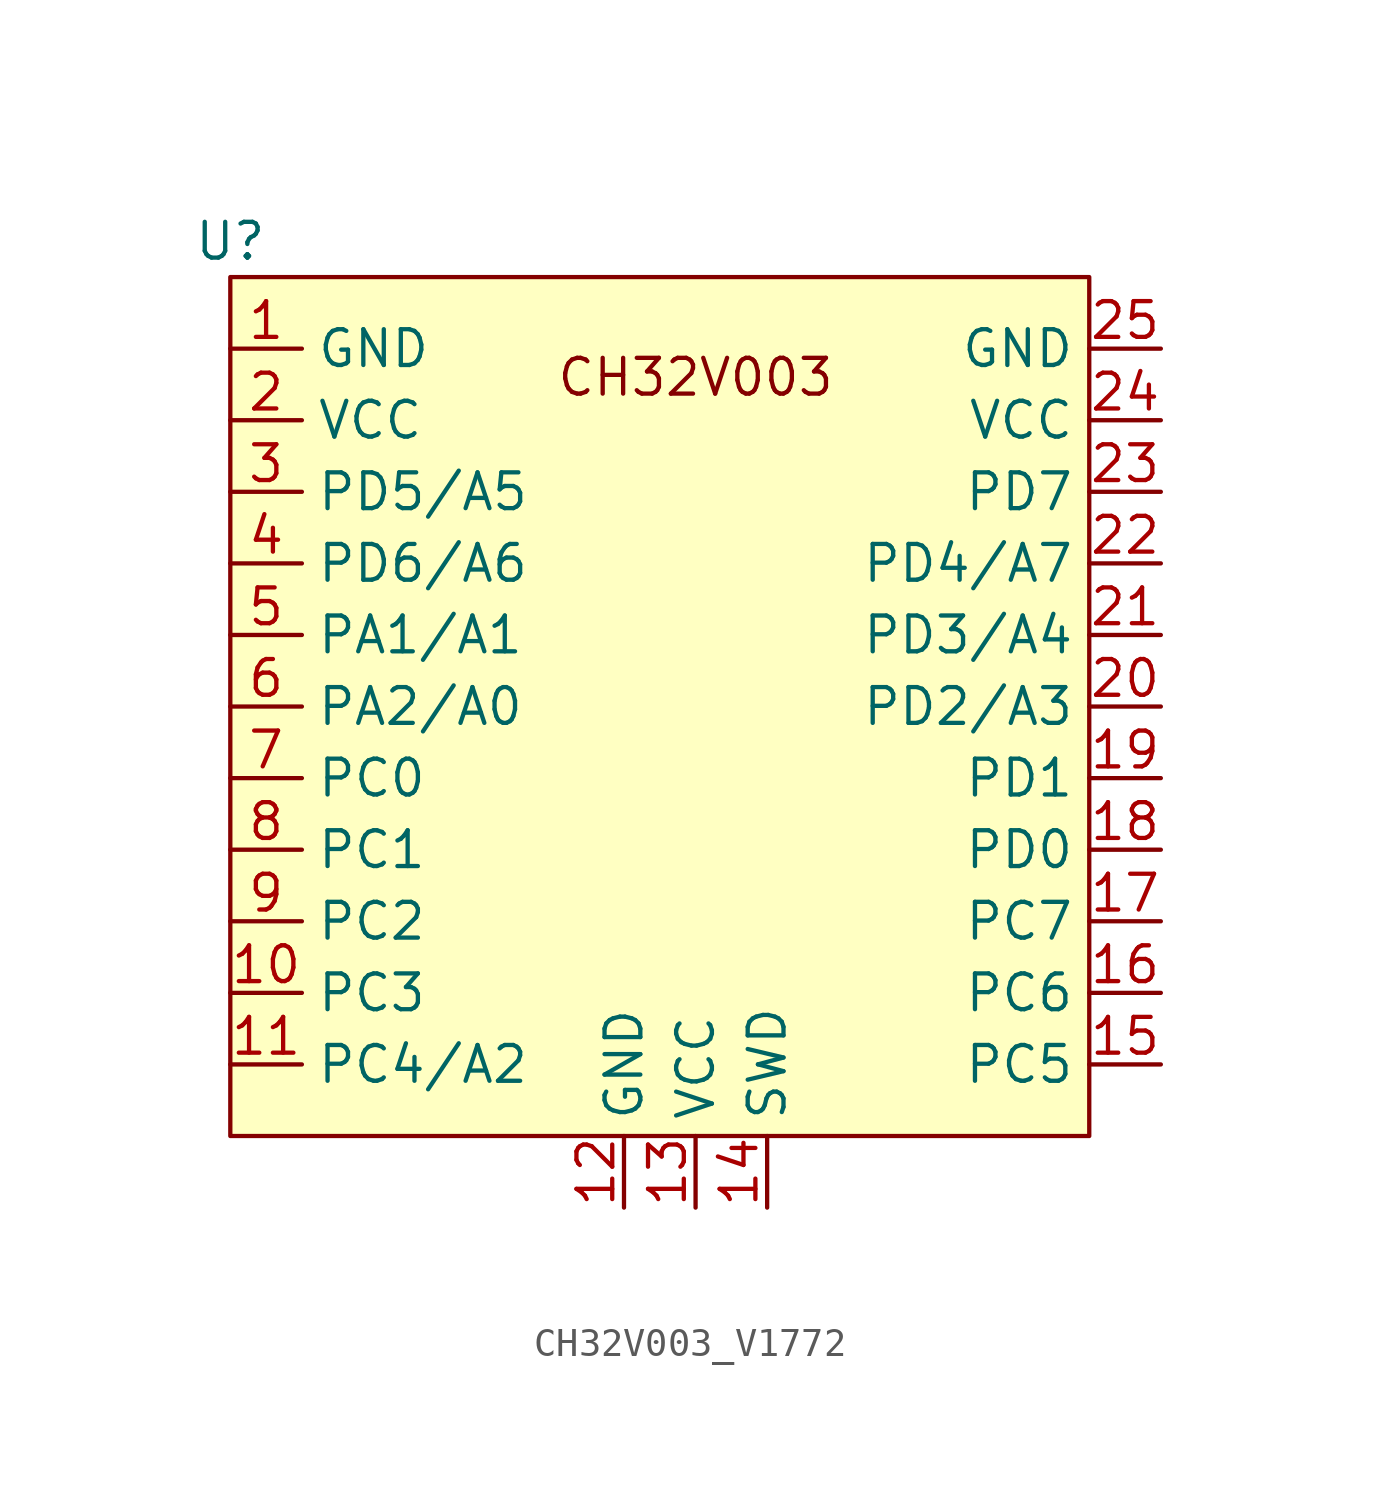
<source format=kicad_sym>
(kicad_symbol_lib
  (version 20241209)
  (generator "kicad_symbol_editor")
  (generator_version "9.0")
  (symbol "CH32V003_V1772"
    (property "Reference" "U"
      (at 0 0 0)
      (effects (font (size 1.27 1.27))))
    (property "Value" ""
      (at 0 0 0)
      (effects (font (size 1.27 1.27))))
    (symbol "CH32V003_V1772_1_1"
      (rectangle (start 0 -1.27) (end 30.48 -31.75) (stroke (width 0) (type solid)) (fill (type background)))
      (text "CH32V003" (at 16.51 -4.826 0) (effects (font (size 1.27 1.27))))
      (pin power_in line (at 0 -3.81 0) (length 2.54) (name "GND" (effects (font (size 1.27 1.27)))) (number "1" (effects (font (size 1.27 1.27)))))
      (pin power_in line (at 0 -6.35 0) (length 2.54) (name "VCC" (effects (font (size 1.27 1.27)))) (number "2" (effects (font (size 1.27 1.27)))))
      (pin bidirectional line (at 0 -8.89 0) (length 2.54) (name "PD5/A5" (effects (font (size 1.27 1.27)))) (number "3" (effects (font (size 1.27 1.27)))))
      (pin bidirectional line (at 0 -11.43 0) (length 2.54) (name "PD6/A6" (effects (font (size 1.27 1.27)))) (number "4" (effects (font (size 1.27 1.27)))))
      (pin bidirectional line (at 0 -13.97 0) (length 2.54) (name "PA1/A1" (effects (font (size 1.27 1.27)))) (number "5" (effects (font (size 1.27 1.27)))))
      (pin bidirectional line (at 0 -16.51 0) (length 2.54) (name "PA2/A0" (effects (font (size 1.27 1.27)))) (number "6" (effects (font (size 1.27 1.27)))))
      (pin bidirectional line (at 0 -19.05 0) (length 2.54) (name "PC0" (effects (font (size 1.27 1.27)))) (number "7" (effects (font (size 1.27 1.27)))))
      (pin bidirectional line (at 0 -21.59 0) (length 2.54) (name "PC1" (effects (font (size 1.27 1.27)))) (number "8" (effects (font (size 1.27 1.27)))))
      (pin bidirectional line (at 0 -24.13 0) (length 2.54) (name "PC2" (effects (font (size 1.27 1.27)))) (number "9" (effects (font (size 1.27 1.27)))))
      (pin bidirectional line (at 0 -26.67 0) (length 2.54) (name "PC3" (effects (font (size 1.27 1.27)))) (number "10" (effects (font (size 1.27 1.27)))))
      (pin bidirectional line (at 0 -29.21 0) (length 2.54) (name "PC4/A2" (effects (font (size 1.27 1.27)))) (number "11" (effects (font (size 1.27 1.27)))))
      (pin power_in line (at 13.97 -34.29 90) (length 2.54) (name "GND" (effects (font (size 1.27 1.27)))) (number "12" (effects (font (size 1.27 1.27)))))
      (pin power_in line (at 16.51 -34.29 90) (length 2.54) (name "VCC" (effects (font (size 1.27 1.27)))) (number "13" (effects (font (size 1.27 1.27)))))
      (pin bidirectional line (at 19.05 -34.29 90) (length 2.54) (name "SWD" (effects (font (size 1.27 1.27)))) (number "14" (effects (font (size 1.27 1.27)))))
      (pin power_in line (at 33.02 -3.81 180) (length 2.54) (name "GND" (effects (font (size 1.27 1.27)))) (number "25" (effects (font (size 1.27 1.27)))))
      (pin power_in line (at 33.02 -6.35 180) (length 2.54) (name "VCC" (effects (font (size 1.27 1.27)))) (number "24" (effects (font (size 1.27 1.27)))))
      (pin bidirectional line (at 33.02 -8.89 180) (length 2.54) (name "PD7" (effects (font (size 1.27 1.27)))) (number "23" (effects (font (size 1.27 1.27)))))
      (pin bidirectional line (at 33.02 -11.43 180) (length 2.54) (name "PD4/A7" (effects (font (size 1.27 1.27)))) (number "22" (effects (font (size 1.27 1.27)))))
      (pin bidirectional line (at 33.02 -13.97 180) (length 2.54) (name "PD3/A4" (effects (font (size 1.27 1.27)))) (number "21" (effects (font (size 1.27 1.27)))))
      (pin bidirectional line (at 33.02 -16.51 180) (length 2.54) (name "PD2/A3" (effects (font (size 1.27 1.27)))) (number "20" (effects (font (size 1.27 1.27)))))
      (pin bidirectional line (at 33.02 -19.05 180) (length 2.54) (name "PD1" (effects (font (size 1.27 1.27)))) (number "19" (effects (font (size 1.27 1.27)))))
      (pin bidirectional line (at 33.02 -21.59 180) (length 2.54) (name "PD0" (effects (font (size 1.27 1.27)))) (number "18" (effects (font (size 1.27 1.27)))))
      (pin bidirectional line (at 33.02 -24.13 180) (length 2.54) (name "PC7" (effects (font (size 1.27 1.27)))) (number "17" (effects (font (size 1.27 1.27)))))
      (pin bidirectional line (at 33.02 -26.67 180) (length 2.54) (name "PC6" (effects (font (size 1.27 1.27)))) (number "16" (effects (font (size 1.27 1.27)))))
      (pin bidirectional line (at 33.02 -29.21 180) (length 2.54) (name "PC5" (effects (font (size 1.27 1.27)))) (number "15" (effects (font (size 1.27 1.27))))))))
</source>
